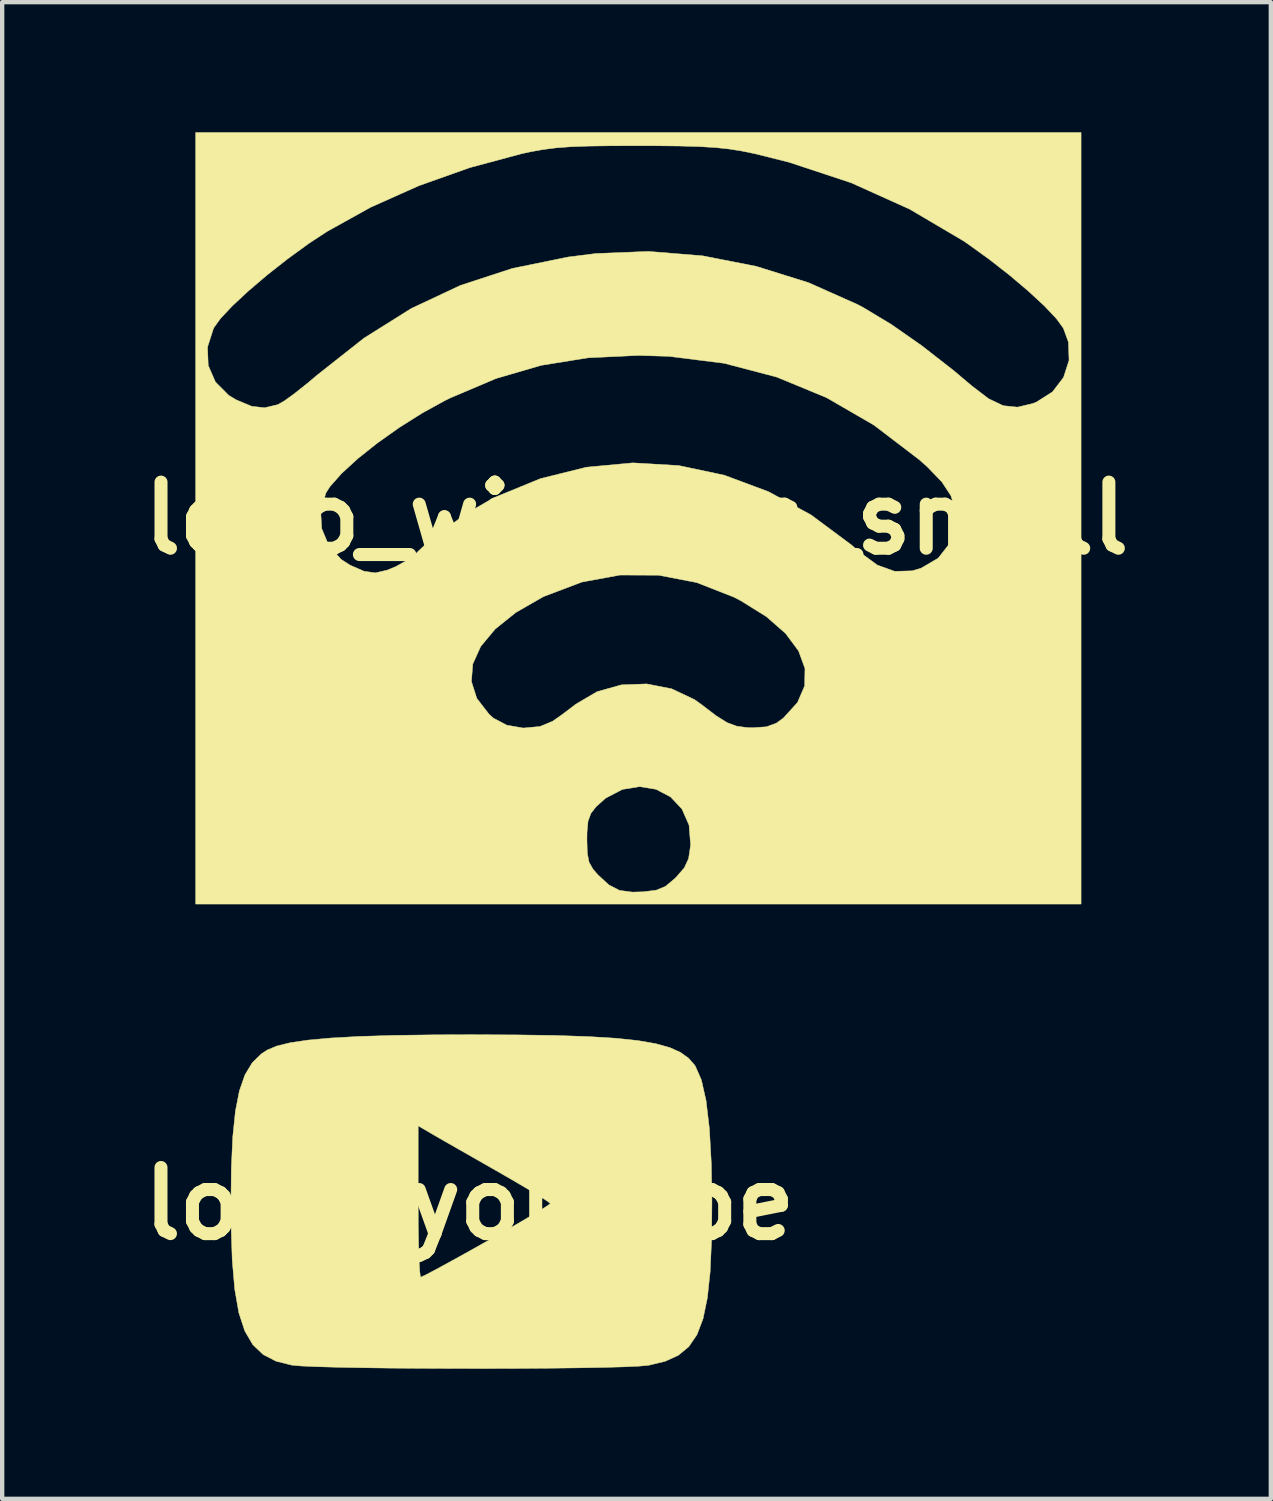
<source format=kicad_pcb>
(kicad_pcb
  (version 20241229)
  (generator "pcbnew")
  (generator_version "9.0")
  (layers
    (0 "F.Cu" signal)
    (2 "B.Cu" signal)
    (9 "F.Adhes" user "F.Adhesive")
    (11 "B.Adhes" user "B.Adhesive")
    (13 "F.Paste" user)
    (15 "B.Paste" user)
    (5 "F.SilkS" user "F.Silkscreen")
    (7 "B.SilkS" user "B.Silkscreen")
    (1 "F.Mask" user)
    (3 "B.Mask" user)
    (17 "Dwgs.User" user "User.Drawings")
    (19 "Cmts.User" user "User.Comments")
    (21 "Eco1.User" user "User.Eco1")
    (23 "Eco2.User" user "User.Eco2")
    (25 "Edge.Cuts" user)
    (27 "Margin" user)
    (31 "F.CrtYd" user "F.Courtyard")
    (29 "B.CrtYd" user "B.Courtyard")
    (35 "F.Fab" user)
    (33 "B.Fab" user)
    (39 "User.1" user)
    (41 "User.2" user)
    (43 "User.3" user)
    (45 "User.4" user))
  (footprint "logo_wireless_small"
    (layer "F.Cu")
    (at 11.619 8.895)
    (property "Reference" "logo_wireless_small" (at 0 0 0) (layer "F.SilkS") (effects (font (size 1.524 1.524) (thickness 0.3))))
    (attr through_hole)
    (fp_poly (pts (xy 10.245 8.89) (xy -10.16 8.89) (xy -10.16 7.41) (xy -1.143 7.41) (xy -1.134 7.72) (xy -1.094 7.925) (xy -1.003 8.085) (xy -0.889 8.216) (xy -0.636 8.449) (xy -0.393 8.574) (xy -0.096 8.614) (xy 0.154 8.607) (xy 0.452 8.57) (xy 0.665 8.483) (xy 0.875 8.308) (xy 0.909 8.275) (xy 1.101 8.055) (xy 1.2 7.841) (xy 1.244 7.549) (xy 1.246 7.52) (xy 1.21 7.069) (xy 1.046 6.698) (xy 0.784 6.42) (xy 0.45 6.245) (xy 0.071 6.183) (xy -0.324 6.247) (xy -0.709 6.447) (xy -0.931 6.645) (xy -1.052 6.801) (xy -1.117 6.979) (xy -1.141 7.237) (xy -1.143 7.41) (xy -10.16 7.41) (xy -10.16 3.759) (xy -3.805 3.759) (xy -3.681 4.149) (xy -3.397 4.516) (xy -3.299 4.604) (xy -2.989 4.767) (xy -2.608 4.833) (xy -2.224 4.797) (xy -1.935 4.677) (xy -1.723 4.529) (xy -1.473 4.34) (xy -1.406 4.287) (xy -0.91 3.995) (xy -0.35 3.838) (xy 0.236 3.816) (xy 0.811 3.929) (xy 1.336 4.177) (xy 1.505 4.298) (xy 1.835 4.55) (xy 2.088 4.708) (xy 2.312 4.791) (xy 2.553 4.823) (xy 2.682 4.826) (xy 2.994 4.804) (xy 3.222 4.721) (xy 3.383 4.604) (xy 3.71 4.244) (xy 3.875 3.86) (xy 3.882 3.46) (xy 3.734 3.055) (xy 3.436 2.654) (xy 2.992 2.265) (xy 2.405 1.9) (xy 2.244 1.816) (xy 1.386 1.48) (xy 0.508 1.311) (xy -0.378 1.307) (xy -1.26 1.469) (xy -2.125 1.797) (xy -2.165 1.816) (xy -2.781 2.17) (xy -3.256 2.551) (xy -3.589 2.95) (xy -3.773 3.356) (xy -3.805 3.759) (xy -10.16 3.759) (xy -10.16 -0.178) (xy -7.28 -0.178) (xy -7.254 0.239) (xy -7.092 0.627) (xy -6.808 0.946) (xy -6.601 1.079) (xy -6.279 1.22) (xy -6.017 1.257) (xy -5.74 1.192) (xy -5.546 1.111) (xy -5.291 0.968) (xy -5.079 0.807) (xy -5.041 0.769) (xy -4.82 0.561) (xy -4.496 0.305) (xy -4.113 0.031) (xy -3.717 -0.227) (xy -3.352 -0.439) (xy -3.26 -0.486) (xy -2.217 -0.914) (xy -1.156 -1.178) (xy -0.088 -1.278) (xy 0.975 -1.216) (xy 2.022 -0.994) (xy 3.042 -0.614) (xy 4.023 -0.078) (xy 4.954 0.614) (xy 5.135 0.773) (xy 5.551 1.078) (xy 5.951 1.222) (xy 6.353 1.21) (xy 6.558 1.149) (xy 6.952 0.918) (xy 7.216 0.58) (xy 7.343 0.144) (xy 7.344 0.138) (xy 7.343 -0.205) (xy 7.246 -0.521) (xy 7.036 -0.84) (xy 6.698 -1.19) (xy 6.515 -1.352) (xy 5.473 -2.147) (xy 4.379 -2.781) (xy 3.229 -3.256) (xy 2.019 -3.573) (xy 0.746 -3.733) (xy 0.042 -3.754) (xy -1.121 -3.699) (xy -2.199 -3.525) (xy -3.237 -3.222) (xy -4.281 -2.779) (xy -4.416 -2.713) (xy -4.939 -2.426) (xy -5.467 -2.093) (xy -5.972 -1.735) (xy -6.426 -1.374) (xy -6.8 -1.031) (xy -7.066 -0.73) (xy -7.158 -0.586) (xy -7.28 -0.178) (xy -10.16 -0.178) (xy -10.16 -3.946) (xy -9.887 -3.946) (xy -9.87 -3.522) (xy -9.704 -3.142) (xy -9.396 -2.833) (xy -9.226 -2.731) (xy -8.869 -2.582) (xy -8.57 -2.548) (xy -8.264 -2.621) (xy -8.262 -2.622) (xy -8.11 -2.71) (xy -7.869 -2.885) (xy -7.577 -3.118) (xy -7.346 -3.312) (xy -6.28 -4.153) (xy -5.193 -4.835) (xy -4.061 -5.367) (xy -2.863 -5.759) (xy -1.575 -6.022) (xy -0.932 -6.103) (xy 0.278 -6.151) (xy 1.521 -6.05) (xy 2.761 -5.807) (xy 3.964 -5.431) (xy 5.095 -4.927) (xy 5.223 -4.859) (xy 5.865 -4.473) (xy 6.576 -3.977) (xy 7.321 -3.395) (xy 7.725 -3.054) (xy 8.113 -2.757) (xy 8.451 -2.596) (xy 8.778 -2.562) (xy 9.13 -2.645) (xy 9.216 -2.679) (xy 9.587 -2.915) (xy 9.841 -3.249) (xy 9.968 -3.643) (xy 9.953 -4.063) (xy 9.836 -4.383) (xy 9.673 -4.606) (xy 9.395 -4.899) (xy 9.027 -5.239) (xy 8.596 -5.604) (xy 8.126 -5.971) (xy 7.645 -6.318) (xy 7.532 -6.395) (xy 6.294 -7.125) (xy 4.95 -7.731) (xy 3.511 -8.207) (xy 2.731 -8.402) (xy 2.424 -8.465) (xy 2.129 -8.512) (xy 1.814 -8.545) (xy 1.446 -8.567) (xy 0.992 -8.58) (xy 0.42 -8.586) (xy 0.042 -8.587) (xy -0.605 -8.585) (xy -1.116 -8.578) (xy -1.522 -8.563) (xy -1.857 -8.537) (xy -2.154 -8.499) (xy -2.444 -8.447) (xy -2.647 -8.403) (xy -3.844 -8.081) (xy -5.018 -7.664) (xy -6.128 -7.168) (xy -7.132 -6.61) (xy -7.55 -6.336) (xy -8.042 -5.978) (xy -8.517 -5.604) (xy -8.949 -5.236) (xy -9.314 -4.896) (xy -9.587 -4.606) (xy -9.745 -4.387) (xy -9.746 -4.385) (xy -9.887 -3.946) (xy -10.16 -3.946) (xy -10.16 -8.89) (xy 10.245 -8.89) (xy 10.245 8.89)) (stroke (width 0.01) (type solid)) (fill yes) (layer "F.SilkS")))
  (footprint "logo_youtube"
    (layer "F.Cu")
    (at 7.772 24.69)
    (property "Reference" "logo_youtube" (at 0 0 0) (layer "F.SilkS") (effects (font (size 1.524 1.524) (thickness 0.3))))
    (attr through_hole)
    (fp_poly (pts (xy 1.095 -3.89) (xy 1.991 -3.877) (xy 2.746 -3.851) (xy 3.372 -3.813) (xy 3.883 -3.759) (xy 4.292 -3.688) (xy 4.614 -3.598) (xy 4.861 -3.487) (xy 5.047 -3.353) (xy 5.186 -3.194) (xy 5.203 -3.169) (xy 5.342 -2.852) (xy 5.45 -2.373) (xy 5.526 -1.731) (xy 5.571 -0.925) (xy 5.585 -0.067) (xy 5.577 0.827) (xy 5.544 1.567) (xy 5.48 2.169) (xy 5.381 2.648) (xy 5.24 3.019) (xy 5.05 3.297) (xy 4.807 3.496) (xy 4.504 3.633) (xy 4.136 3.721) (xy 4.106 3.726) (xy 3.904 3.744) (xy 3.555 3.76) (xy 3.083 3.773) (xy 2.508 3.783) (xy 1.855 3.791) (xy 1.145 3.796) (xy 0.4 3.798) (xy -0.356 3.797) (xy -1.102 3.794) (xy -1.815 3.789) (xy -2.472 3.78) (xy -3.05 3.769) (xy -3.529 3.756) (xy -3.884 3.74) (xy -4.094 3.721) (xy -4.101 3.72) (xy -4.462 3.629) (xy -4.758 3.476) (xy -4.996 3.249) (xy -5.181 2.933) (xy -5.318 2.513) (xy -5.412 1.975) (xy -5.47 1.304) (xy -5.497 0.487) (xy -5.5 0.067) (xy -5.499 -0.051) (xy -1.185 -0.051) (xy -1.183 0.472) (xy -1.175 0.932) (xy -1.164 1.305) (xy -1.149 1.565) (xy -1.132 1.687) (xy -1.127 1.693) (xy -1.038 1.654) (xy -0.826 1.543) (xy -0.513 1.373) (xy -0.123 1.158) (xy 0.321 0.909) (xy 0.395 0.868) (xy 0.842 0.613) (xy 1.235 0.386) (xy 1.549 0.199) (xy 1.765 0.066) (xy 1.858 -0.000068) (xy 1.861 -0.004) (xy 1.791 -0.059) (xy 1.599 -0.182) (xy 1.306 -0.359) (xy 0.938 -0.575) (xy 0.614 -0.761) (xy 0.178 -1.01) (xy -0.227 -1.241) (xy -0.568 -1.436) (xy -0.814 -1.578) (xy -0.91 -1.634) (xy -1.185 -1.795) (xy -1.185 -0.051) (xy -5.499 -0.051) (xy -5.491 -0.813) (xy -5.458 -1.54) (xy -5.397 -2.131) (xy -5.305 -2.602) (xy -5.177 -2.969) (xy -5.01 -3.247) (xy -4.8 -3.453) (xy -4.662 -3.543) (xy -4.444 -3.634) (xy -4.134 -3.71) (xy -3.721 -3.771) (xy -3.194 -3.819) (xy -2.541 -3.855) (xy -1.75 -3.879) (xy -0.811 -3.892) (xy 0.042 -3.895) (xy 1.095 -3.89)) (stroke (width 0.01) (type solid)) (fill yes) (layer "F.SilkS")))
  (gr_rect
    (start -3 -3)
    (end 26.237 31.492)
    (stroke (width 0.1) (type default))
    (fill no)
    (layer "Edge.Cuts")))
</source>
